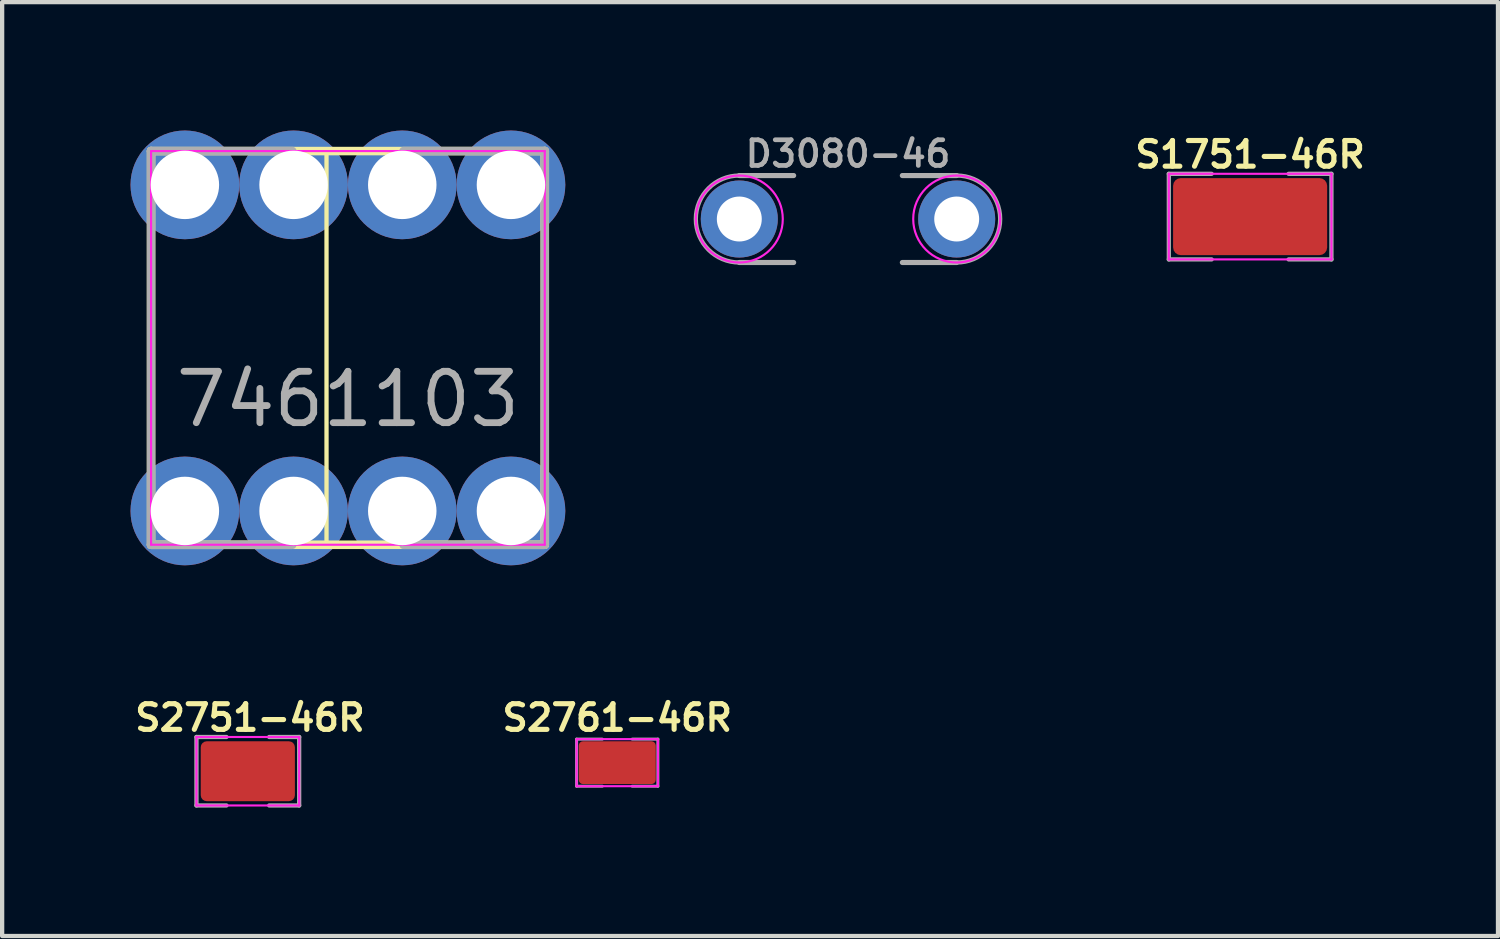
<source format=kicad_pcb>
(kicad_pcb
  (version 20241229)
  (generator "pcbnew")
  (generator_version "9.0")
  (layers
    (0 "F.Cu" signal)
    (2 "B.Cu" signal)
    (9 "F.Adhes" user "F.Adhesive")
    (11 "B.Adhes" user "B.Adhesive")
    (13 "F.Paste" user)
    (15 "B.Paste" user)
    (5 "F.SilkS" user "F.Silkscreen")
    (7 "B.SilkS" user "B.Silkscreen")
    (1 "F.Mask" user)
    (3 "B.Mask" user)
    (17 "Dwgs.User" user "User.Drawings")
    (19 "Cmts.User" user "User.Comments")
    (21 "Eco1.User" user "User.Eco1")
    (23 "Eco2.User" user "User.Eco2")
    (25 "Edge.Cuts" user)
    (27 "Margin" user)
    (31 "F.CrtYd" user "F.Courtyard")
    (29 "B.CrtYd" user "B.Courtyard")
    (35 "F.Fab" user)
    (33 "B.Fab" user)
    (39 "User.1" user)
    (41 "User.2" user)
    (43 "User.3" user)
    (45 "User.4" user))
  (footprint "S2751-46R"
    (layer "F.Cu")
    (at 2.741 14.972)
    (property "Reference" "S2751-46R" (at 0.05 -1.25 180) (layer "F.SilkS") (effects (font (size 0.6 0.6) (thickness 0.12))))
    (attr through_hole)
    (fp_line (start -1.2 0.8) (end -1.2 -0.8) (stroke (width 0.05) (type solid)) (layer "F.CrtYd"))
    (fp_line (start 1.2 -0.8) (end -1.2 -0.8) (stroke (width 0.05) (type solid)) (layer "F.CrtYd"))
    (fp_line (start 1.2 0.8) (end -1.2 0.8) (stroke (width 0.05) (type solid)) (layer "F.CrtYd"))
    (fp_line (start 1.2 0.8) (end 1.2 -0.8) (stroke (width 0.05) (type solid)) (layer "F.CrtYd"))
    (fp_line (start -1.2 -0.8) (end -1.2 0.8) (stroke (width 0.1) (type solid)) (layer "F.Fab"))
    (fp_line (start -1.2 -0.8) (end -0.5 -0.8) (stroke (width 0.1) (type solid)) (layer "F.Fab"))
    (fp_line (start -1.2 0.8) (end -0.5 0.8) (stroke (width 0.1) (type solid)) (layer "F.Fab"))
    (fp_line (start 0.5 -0.8) (end 1.2 -0.8) (stroke (width 0.1) (type solid)) (layer "F.Fab"))
    (fp_line (start 0.5 0.8) (end 1.2 0.8) (stroke (width 0.1) (type solid)) (layer "F.Fab"))
    (fp_line (start 1.2 -0.8) (end 1.2 0.8) (stroke (width 0.1) (type solid)) (layer "F.Fab"))
    (pad "1" smd roundrect (at 0 0) (size 2.2 1.4) (layers "F.Cu" "F.Mask" "F.Paste") (roundrect_rratio 0.1)))
  (footprint "S2761-46R"
    (layer "F.Cu")
    (at 11.374 14.772)
    (property "Reference" "S2761-46R" (at 0 -1.05 180) (layer "F.SilkS") (effects (font (size 0.6 0.6) (thickness 0.12))))
    (attr through_hole)
    (fp_line (start -0.95 -0.55) (end -0.95 0.55) (stroke (width 0.05) (type solid)) (layer "F.CrtYd"))
    (fp_line (start 0.95 -0.55) (end -0.95 -0.55) (stroke (width 0.05) (type solid)) (layer "F.CrtYd"))
    (fp_line (start 0.95 -0.55) (end 0.95 0.55) (stroke (width 0.05) (type solid)) (layer "F.CrtYd"))
    (fp_line (start 0.95 0.55) (end -0.95 0.55) (stroke (width 0.05) (type solid)) (layer "F.CrtYd"))
    (fp_line (start -0.95 -0.55) (end -0.35 -0.55) (stroke (width 0.07) (type solid)) (layer "F.Fab"))
    (fp_line (start -0.95 0.55) (end -0.95 -0.55) (stroke (width 0.07) (type solid)) (layer "F.Fab"))
    (fp_line (start -0.95 0.55) (end -0.35 0.55) (stroke (width 0.07) (type solid)) (layer "F.Fab"))
    (fp_line (start 0.35 -0.55) (end 0.95 -0.55) (stroke (width 0.07) (type solid)) (layer "F.Fab"))
    (fp_line (start 0.35 0.55) (end 0.95 0.55) (stroke (width 0.07) (type solid)) (layer "F.Fab"))
    (fp_line (start 0.95 0.55) (end 0.95 -0.55) (stroke (width 0.07) (type solid)) (layer "F.Fab"))
    (pad "1" smd roundrect (at 0 0) (size 1.8 1) (layers "F.Cu" "F.Mask" "F.Paste") (roundrect_rratio 0.1)))
  (footprint "7461103"
    (layer "F.Cu")
    (at 5.08 5.08)
    (property "Reference" "7461103" (at 0 1.2 0) (layer "F.Fab") (effects (font (size 1.2 1.2) (thickness 0.16))))
    (attr through_hole)
    (fp_line (start -4.6 4.6) (end -4.6 -4.6) (stroke (width 0.2) (type solid)) (layer "F.SilkS"))
    (fp_line (start -0.5 4.6) (end -0.5 -4.6) (stroke (width 0.1) (type solid)) (layer "F.SilkS"))
    (fp_line (start 4.6 -4.6) (end -4.6 -4.6) (stroke (width 0.2) (type solid)) (layer "F.SilkS"))
    (fp_line (start 4.6 4.6) (end -4.6 4.6) (stroke (width 0.2) (type solid)) (layer "F.SilkS"))
    (fp_line (start 4.6 4.6) (end 4.6 -4.6) (stroke (width 0.2) (type solid)) (layer "F.SilkS"))
    (fp_line (start -4.6 4.6) (end -4.6 -4.6) (stroke (width 0.05) (type solid)) (layer "F.CrtYd"))
    (fp_line (start 4.6 -4.6) (end -4.6 -4.6) (stroke (width 0.05) (type solid)) (layer "F.CrtYd"))
    (fp_line (start 4.6 4.6) (end -4.6 4.6) (stroke (width 0.05) (type solid)) (layer "F.CrtYd"))
    (fp_line (start 4.6 4.6) (end 4.6 -4.6) (stroke (width 0.05) (type solid)) (layer "F.CrtYd"))
    (fp_line (start -4.6 4.6) (end -4.6 -4.6) (stroke (width 0.2) (type solid)) (layer "F.Fab"))
    (fp_line (start -1.3 -4.6) (end -4.6 -4.6) (stroke (width 0.2) (type solid)) (layer "F.Fab"))
    (fp_line (start -1.3 4.6) (end -4.6 4.6) (stroke (width 0.2) (type solid)) (layer "F.Fab"))
    (fp_line (start 4.6 -4.6) (end 1.3 -4.6) (stroke (width 0.2) (type solid)) (layer "F.Fab"))
    (fp_line (start 4.6 4.6) (end 1.3 4.6) (stroke (width 0.2) (type solid)) (layer "F.Fab"))
    (fp_line (start 4.6 4.6) (end 4.6 -4.6) (stroke (width 0.2) (type solid)) (layer "F.Fab"))
    (pad "1" thru_hole circle (at -3.81 -3.81 180) (size 2.54 2.54) (drill 1.6) (layers "*.Cu" "*.Mask"))
    (pad "1" thru_hole circle (at -3.81 3.81 180) (size 2.54 2.54) (drill 1.6) (layers "*.Cu" "*.Mask"))
    (pad "1" thru_hole circle (at -1.27 -3.81 180) (size 2.54 2.54) (drill 1.6) (layers "*.Cu" "*.Mask"))
    (pad "1" thru_hole circle (at -1.27 3.81 180) (size 2.54 2.54) (drill 1.6) (layers "*.Cu" "*.Mask"))
    (pad "1" thru_hole circle (at 1.27 -3.81 180) (size 2.54 2.54) (drill 1.6) (layers "*.Cu" "*.Mask"))
    (pad "1" thru_hole circle (at 1.27 3.81 180) (size 2.54 2.54) (drill 1.6) (layers "*.Cu" "*.Mask"))
    (pad "1" thru_hole circle (at 3.81 -3.81 180) (size 2.54 2.54) (drill 1.6) (layers "*.Cu" "*.Mask"))
    (pad "1" thru_hole circle (at 3.81 3.81 180) (size 2.54 2.54) (drill 1.6) (layers "*.Cu" "*.Mask")))
  (footprint "D3080-46"
    (layer "F.Cu")
    (at 16.766 2.068)
    (property "Reference" "D3080-46" (at 0 -1.524 0) (layer "F.Fab") (effects (font (size 0.6 0.6) (thickness 0.11))))
    (attr through_hole)
    (fp_circle (center -2.54 0) (end -1.524 0) (stroke (width 0.05) (type solid)) (fill no) (layer "F.CrtYd"))
    (fp_circle (center 2.54 0) (end 3.556 0) (stroke (width 0.05) (type solid)) (fill no) (layer "F.CrtYd"))
    (fp_line (start -2.54 -1.016) (end -1.27 -1.016) (stroke (width 0.12) (type solid)) (layer "F.Fab"))
    (fp_line (start -2.54 1.016) (end -1.27 1.016) (stroke (width 0.12) (type solid)) (layer "F.Fab"))
    (fp_line (start 1.27 -1.016) (end 2.54 -1.016) (stroke (width 0.12) (type solid)) (layer "F.Fab"))
    (fp_line (start 1.27 1.016) (end 2.54 1.016) (stroke (width 0.12) (type solid)) (layer "F.Fab"))
    (fp_arc (start -2.54 1.016) (mid -3.556 0) (end -2.54 -1.016) (stroke (width 0.1) (type solid)) (layer "F.Fab"))
    (fp_arc (start 2.54 -1.016) (mid 3.556 0) (end 2.54 1.016) (stroke (width 0.1) (type solid)) (layer "F.Fab"))
    (pad "1" thru_hole circle (at -2.54 0) (size 1.8 1.8) (drill 1.05) (layers "*.Cu" "*.Mask"))
    (pad "1" thru_hole circle (at 2.54 0) (size 1.8 1.8) (drill 1.05) (layers "*.Cu" "*.Mask")))
  (footprint "S1751-46R"
    (layer "F.Cu")
    (at 26.163 2.012)
    (property "Reference" "S1751-46R" (at 0 -1.45 180) (layer "F.SilkS") (effects (font (size 0.6 0.6) (thickness 0.12))))
    (attr through_hole)
    (fp_line (start -1.9 1) (end -1.9 -1) (stroke (width 0.05) (type solid)) (layer "F.CrtYd"))
    (fp_line (start 1.9 -1) (end -1.9 -1) (stroke (width 0.05) (type solid)) (layer "F.CrtYd"))
    (fp_line (start 1.9 1) (end -1.9 1) (stroke (width 0.05) (type solid)) (layer "F.CrtYd"))
    (fp_line (start 1.9 1) (end 1.9 -1) (stroke (width 0.05) (type solid)) (layer "F.CrtYd"))
    (fp_line (start -1.9 -1) (end -1.9 1) (stroke (width 0.1) (type solid)) (layer "F.Fab"))
    (fp_line (start -1.9 -1) (end -0.9 -1) (stroke (width 0.1) (type solid)) (layer "F.Fab"))
    (fp_line (start -1.9 1) (end -0.9 1) (stroke (width 0.1) (type solid)) (layer "F.Fab"))
    (fp_line (start 0.9 -1) (end 1.9 -1) (stroke (width 0.1) (type solid)) (layer "F.Fab"))
    (fp_line (start 0.9 1) (end 1.9 1) (stroke (width 0.1) (type solid)) (layer "F.Fab"))
    (fp_line (start 1.9 -1) (end 1.9 1) (stroke (width 0.1) (type solid)) (layer "F.Fab"))
    (pad "1" smd roundrect (at 0 0) (size 3.6 1.8) (layers "F.Cu" "F.Mask" "F.Paste") (roundrect_rratio 0.1)))
  (gr_rect
    (start -3 -3)
    (end 31.955 18.822)
    (stroke (width 0.1) (type default))
    (fill no)
    (layer "Edge.Cuts")))
</source>
